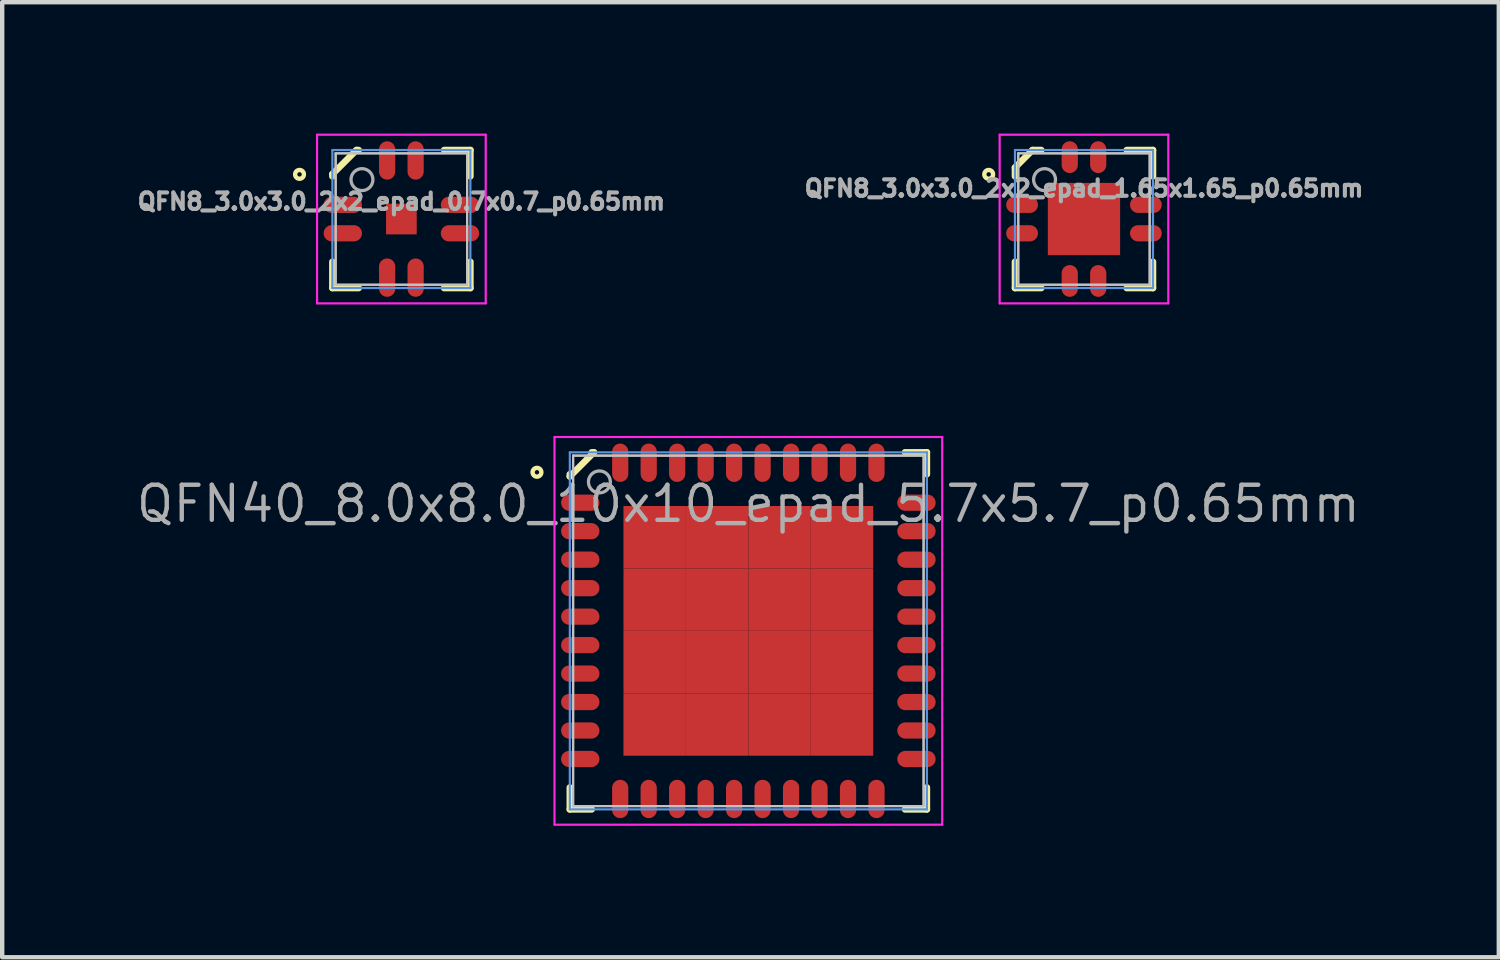
<source format=kicad_pcb>
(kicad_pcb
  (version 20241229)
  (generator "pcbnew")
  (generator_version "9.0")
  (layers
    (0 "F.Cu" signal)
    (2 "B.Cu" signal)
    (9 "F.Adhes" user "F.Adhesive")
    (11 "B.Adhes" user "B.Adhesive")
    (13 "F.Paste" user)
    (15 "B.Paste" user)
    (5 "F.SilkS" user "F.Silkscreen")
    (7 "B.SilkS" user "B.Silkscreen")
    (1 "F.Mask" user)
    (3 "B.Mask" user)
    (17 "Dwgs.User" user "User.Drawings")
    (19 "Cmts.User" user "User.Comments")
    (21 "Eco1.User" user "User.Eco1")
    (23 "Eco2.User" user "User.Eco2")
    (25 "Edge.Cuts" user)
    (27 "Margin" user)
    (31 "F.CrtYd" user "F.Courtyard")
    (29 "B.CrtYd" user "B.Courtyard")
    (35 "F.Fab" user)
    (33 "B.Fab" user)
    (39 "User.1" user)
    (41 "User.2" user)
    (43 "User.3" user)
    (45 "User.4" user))
  (footprint "QFN8_3.0x3.0_2x2_epad_0.7x0.7_p0.65mm"
    (layer "F.Cu")
    (at 6.112 1.95)
    (property "Reference" "QFN8_3.0x3.0_2x2_epad_0.7x0.7_p0.65mm" (at 0 -0.4 0) (layer "F.Fab") (effects (font (size 0.375 0.375) (thickness 0.1))))
    (attr through_hole)
    (fp_line (start -1.575 -1.025) (end -1.575 -0.975) (stroke (width 0.15) (type solid)) (layer "F.SilkS"))
    (fp_line (start -1.575 -1.025) (end -1.025 -1.575) (stroke (width 0.15) (type solid)) (layer "F.SilkS"))
    (fp_line (start -1.575 1.575) (end -1.575 0.975) (stroke (width 0.15) (type solid)) (layer "F.SilkS"))
    (fp_line (start -1.575 1.575) (end -0.975 1.575) (stroke (width 0.15) (type solid)) (layer "F.SilkS"))
    (fp_line (start -0.975 -1.575) (end -1.025 -1.575) (stroke (width 0.15) (type solid)) (layer "F.SilkS"))
    (fp_line (start 1.575 -1.575) (end 0.975 -1.575) (stroke (width 0.15) (type solid)) (layer "F.SilkS"))
    (fp_line (start 1.575 -1.575) (end 1.575 -0.975) (stroke (width 0.15) (type solid)) (layer "F.SilkS"))
    (fp_line (start 1.575 1.575) (end 0.975 1.575) (stroke (width 0.15) (type solid)) (layer "F.SilkS"))
    (fp_line (start 1.575 1.575) (end 1.575 0.975) (stroke (width 0.15) (type solid)) (layer "F.SilkS"))
    (fp_circle (center -2.325 -1.02) (end -2.254 -0.949) (stroke (width 0.1) (type solid)) (fill no) (layer "F.SilkS"))
    (fp_line (start -1.5 -1.5) (end -1.5 1.5) (stroke (width 0.05) (type solid)) (layer "Dwgs.User"))
    (fp_line (start -1.5 -1.5) (end 1.5 -1.5) (stroke (width 0.05) (type solid)) (layer "Dwgs.User"))
    (fp_line (start -1.5 1.5) (end 1.5 1.5) (stroke (width 0.05) (type solid)) (layer "Dwgs.User"))
    (fp_line (start 1.5 -1.5) (end 1.5 1.5) (stroke (width 0.05) (type solid)) (layer "Dwgs.User"))
    (fp_line (start -1.575 -1.575) (end -1.575 1.575) (stroke (width 0.05) (type solid)) (layer "Cmts.User"))
    (fp_line (start -1.575 -1.575) (end 1.575 -1.575) (stroke (width 0.05) (type solid)) (layer "Cmts.User"))
    (fp_line (start -1.575 1.575) (end 1.575 1.575) (stroke (width 0.05) (type solid)) (layer "Cmts.User"))
    (fp_line (start 1.575 -1.575) (end 1.575 1.575) (stroke (width 0.05) (type solid)) (layer "Cmts.User"))
    (fp_line (start -1.425 -1.425) (end -1.425 1.425) (stroke (width 0.05) (type solid)) (layer "Eco1.User"))
    (fp_line (start -1.425 -1.425) (end 1.425 -1.425) (stroke (width 0.05) (type solid)) (layer "Eco1.User"))
    (fp_line (start -1.425 1.425) (end 1.425 1.425) (stroke (width 0.05) (type solid)) (layer "Eco1.User"))
    (fp_line (start 1.425 -1.425) (end 1.425 1.425) (stroke (width 0.05) (type solid)) (layer "Eco1.User"))
    (fp_line (start -1.925 -1.925) (end -1.925 1.925) (stroke (width 0.05) (type solid)) (layer "F.CrtYd"))
    (fp_line (start -1.925 -1.925) (end 1.925 -1.925) (stroke (width 0.05) (type solid)) (layer "F.CrtYd"))
    (fp_line (start -1.925 1.925) (end 1.925 1.925) (stroke (width 0.05) (type solid)) (layer "F.CrtYd"))
    (fp_line (start 1.925 -1.925) (end 1.925 1.925) (stroke (width 0.05) (type solid)) (layer "F.CrtYd"))
    (fp_line (start -1.5 -1.5) (end -1.5 1.5) (stroke (width 0.05) (type solid)) (layer "F.Fab"))
    (fp_line (start -1.5 -1.5) (end 1.5 -1.5) (stroke (width 0.05) (type solid)) (layer "F.Fab"))
    (fp_line (start -1.5 1.5) (end 1.5 1.5) (stroke (width 0.05) (type solid)) (layer "F.Fab"))
    (fp_line (start 1.5 -1.5) (end 1.5 1.5) (stroke (width 0.05) (type solid)) (layer "F.Fab"))
    (fp_circle (center -0.9 -0.9) (end -0.723 -0.723) (stroke (width 0.075) (type solid)) (fill no) (layer "F.Fab"))
    (pad "1" smd oval (at -1.337 -0.325 180) (size 0.875 0.37) (layers "F.Cu" "F.Mask" "F.Paste"))
    (pad "2" smd oval (at -1.337 0.325 180) (size 0.875 0.37) (layers "F.Cu" "F.Mask" "F.Paste"))
    (pad "3" smd oval (at -0.325 1.337 270) (size 0.875 0.37) (layers "F.Cu" "F.Mask" "F.Paste"))
    (pad "4" smd oval (at 0.325 1.337 270) (size 0.875 0.37) (layers "F.Cu" "F.Mask" "F.Paste"))
    (pad "5" smd oval (at 1.337 0.325) (size 0.875 0.37) (layers "F.Cu" "F.Mask" "F.Paste"))
    (pad "6" smd oval (at 1.337 -0.325) (size 0.875 0.37) (layers "F.Cu" "F.Mask" "F.Paste"))
    (pad "7" smd oval (at 0.325 -1.337 90) (size 0.875 0.37) (layers "F.Cu" "F.Mask" "F.Paste"))
    (pad "8" smd oval (at -0.325 -1.337 90) (size 0.875 0.37) (layers "F.Cu" "F.Mask" "F.Paste"))
    (pad "9" smd rect (at 0 0) (size 0.7 0.7) (layers "F.Cu" "F.Mask" "F.Paste")))
  (footprint "QFN40_8.0x8.0_10x10_epad_5.7x5.7_p0.65mm"
    (layer "F.Cu")
    (at 14.032 11.35)
    (property "Reference" "QFN40_8.0x8.0_10x10_epad_5.7x5.7_p0.65mm" (at 0 -2.9 0) (layer "F.Fab") (effects (font (size 0.8 0.8) (thickness 0.1))))
    (attr through_hole)
    (fp_line (start -4.075 -3.525) (end -4.075 -3.575) (stroke (width 0.15) (type solid)) (layer "F.SilkS"))
    (fp_line (start -4.075 -3.525) (end -3.525 -4.075) (stroke (width 0.15) (type solid)) (layer "F.SilkS"))
    (fp_line (start -4.075 4.075) (end -4.075 3.575) (stroke (width 0.15) (type solid)) (layer "F.SilkS"))
    (fp_line (start -4.075 4.075) (end -3.575 4.075) (stroke (width 0.15) (type solid)) (layer "F.SilkS"))
    (fp_line (start -3.575 -4.075) (end -3.525 -4.075) (stroke (width 0.15) (type solid)) (layer "F.SilkS"))
    (fp_line (start 4.075 -4.075) (end 3.575 -4.075) (stroke (width 0.15) (type solid)) (layer "F.SilkS"))
    (fp_line (start 4.075 -4.075) (end 4.075 -3.575) (stroke (width 0.15) (type solid)) (layer "F.SilkS"))
    (fp_line (start 4.075 4.075) (end 3.575 4.075) (stroke (width 0.15) (type solid)) (layer "F.SilkS"))
    (fp_line (start 4.075 4.075) (end 4.075 3.575) (stroke (width 0.15) (type solid)) (layer "F.SilkS"))
    (fp_circle (center -4.825 -3.62) (end -4.754 -3.549) (stroke (width 0.1) (type solid)) (fill no) (layer "F.SilkS"))
    (fp_line (start -4 -4) (end -4 4) (stroke (width 0.05) (type solid)) (layer "Dwgs.User"))
    (fp_line (start -4 -4) (end 4 -4) (stroke (width 0.05) (type solid)) (layer "Dwgs.User"))
    (fp_line (start -4 4) (end 4 4) (stroke (width 0.05) (type solid)) (layer "Dwgs.User"))
    (fp_line (start 4 -4) (end 4 4) (stroke (width 0.05) (type solid)) (layer "Dwgs.User"))
    (fp_line (start -4.075 -4.075) (end -4.075 4.075) (stroke (width 0.05) (type solid)) (layer "Cmts.User"))
    (fp_line (start -4.075 -4.075) (end 4.075 -4.075) (stroke (width 0.05) (type solid)) (layer "Cmts.User"))
    (fp_line (start -4.075 4.075) (end 4.075 4.075) (stroke (width 0.05) (type solid)) (layer "Cmts.User"))
    (fp_line (start 4.075 -4.075) (end 4.075 4.075) (stroke (width 0.05) (type solid)) (layer "Cmts.User"))
    (fp_line (start -3.925 -3.925) (end -3.925 3.925) (stroke (width 0.05) (type solid)) (layer "Eco1.User"))
    (fp_line (start -3.925 -3.925) (end 3.925 -3.925) (stroke (width 0.05) (type solid)) (layer "Eco1.User"))
    (fp_line (start -3.925 3.925) (end 3.925 3.925) (stroke (width 0.05) (type solid)) (layer "Eco1.User"))
    (fp_line (start 3.925 -3.925) (end 3.925 3.925) (stroke (width 0.05) (type solid)) (layer "Eco1.User"))
    (fp_line (start -4.425 -4.425) (end -4.425 4.425) (stroke (width 0.05) (type solid)) (layer "F.CrtYd"))
    (fp_line (start -4.425 -4.425) (end 4.425 -4.425) (stroke (width 0.05) (type solid)) (layer "F.CrtYd"))
    (fp_line (start -4.425 4.425) (end 4.425 4.425) (stroke (width 0.05) (type solid)) (layer "F.CrtYd"))
    (fp_line (start 4.425 -4.425) (end 4.425 4.425) (stroke (width 0.05) (type solid)) (layer "F.CrtYd"))
    (fp_line (start -4 -4) (end -4 4) (stroke (width 0.05) (type solid)) (layer "F.Fab"))
    (fp_line (start -4 -4) (end 4 -4) (stroke (width 0.05) (type solid)) (layer "F.Fab"))
    (fp_line (start -4 4) (end 4 4) (stroke (width 0.05) (type solid)) (layer "F.Fab"))
    (fp_line (start 4 -4) (end 4 4) (stroke (width 0.05) (type solid)) (layer "F.Fab"))
    (fp_circle (center -3.4 -3.4) (end -3.223 -3.223) (stroke (width 0.075) (type solid)) (fill no) (layer "F.Fab"))
    (pad "1" smd oval (at -3.837 -2.925 180) (size 0.875 0.37) (layers "F.Cu" "F.Mask" "F.Paste"))
    (pad "2" smd oval (at -3.837 -2.275 180) (size 0.875 0.37) (layers "F.Cu" "F.Mask" "F.Paste"))
    (pad "3" smd oval (at -3.837 -1.625 180) (size 0.875 0.37) (layers "F.Cu" "F.Mask" "F.Paste"))
    (pad "4" smd oval (at -3.837 -0.975 180) (size 0.875 0.37) (layers "F.Cu" "F.Mask" "F.Paste"))
    (pad "5" smd oval (at -3.837 -0.325 180) (size 0.875 0.37) (layers "F.Cu" "F.Mask" "F.Paste"))
    (pad "6" smd oval (at -3.837 0.325 180) (size 0.875 0.37) (layers "F.Cu" "F.Mask" "F.Paste"))
    (pad "7" smd oval (at -3.837 0.975 180) (size 0.875 0.37) (layers "F.Cu" "F.Mask" "F.Paste"))
    (pad "8" smd oval (at -3.837 1.625 180) (size 0.875 0.37) (layers "F.Cu" "F.Mask" "F.Paste"))
    (pad "9" smd oval (at -3.837 2.275 180) (size 0.875 0.37) (layers "F.Cu" "F.Mask" "F.Paste"))
    (pad "10" smd oval (at -3.837 2.925 180) (size 0.875 0.37) (layers "F.Cu" "F.Mask" "F.Paste"))
    (pad "11" smd oval (at -2.925 3.837 270) (size 0.875 0.37) (layers "F.Cu" "F.Mask" "F.Paste"))
    (pad "12" smd oval (at -2.275 3.837 270) (size 0.875 0.37) (layers "F.Cu" "F.Mask" "F.Paste"))
    (pad "13" smd oval (at -1.625 3.837 270) (size 0.875 0.37) (layers "F.Cu" "F.Mask" "F.Paste"))
    (pad "14" smd oval (at -0.975 3.837 270) (size 0.875 0.37) (layers "F.Cu" "F.Mask" "F.Paste"))
    (pad "15" smd oval (at -0.325 3.837 270) (size 0.875 0.37) (layers "F.Cu" "F.Mask" "F.Paste"))
    (pad "16" smd oval (at 0.325 3.837 270) (size 0.875 0.37) (layers "F.Cu" "F.Mask" "F.Paste"))
    (pad "17" smd oval (at 0.975 3.837 270) (size 0.875 0.37) (layers "F.Cu" "F.Mask" "F.Paste"))
    (pad "18" smd oval (at 1.625 3.837 270) (size 0.875 0.37) (layers "F.Cu" "F.Mask" "F.Paste"))
    (pad "19" smd oval (at 2.275 3.837 270) (size 0.875 0.37) (layers "F.Cu" "F.Mask" "F.Paste"))
    (pad "20" smd oval (at 2.925 3.837 270) (size 0.875 0.37) (layers "F.Cu" "F.Mask" "F.Paste"))
    (pad "21" smd oval (at 3.837 2.925) (size 0.875 0.37) (layers "F.Cu" "F.Mask" "F.Paste"))
    (pad "22" smd oval (at 3.837 2.275) (size 0.875 0.37) (layers "F.Cu" "F.Mask" "F.Paste"))
    (pad "23" smd oval (at 3.837 1.625) (size 0.875 0.37) (layers "F.Cu" "F.Mask" "F.Paste"))
    (pad "24" smd oval (at 3.837 0.975) (size 0.875 0.37) (layers "F.Cu" "F.Mask" "F.Paste"))
    (pad "25" smd oval (at 3.837 0.325) (size 0.875 0.37) (layers "F.Cu" "F.Mask" "F.Paste"))
    (pad "26" smd oval (at 3.837 -0.325) (size 0.875 0.37) (layers "F.Cu" "F.Mask" "F.Paste"))
    (pad "27" smd oval (at 3.837 -0.975) (size 0.875 0.37) (layers "F.Cu" "F.Mask" "F.Paste"))
    (pad "28" smd oval (at 3.837 -1.625) (size 0.875 0.37) (layers "F.Cu" "F.Mask" "F.Paste"))
    (pad "29" smd oval (at 3.837 -2.275) (size 0.875 0.37) (layers "F.Cu" "F.Mask" "F.Paste"))
    (pad "30" smd oval (at 3.837 -2.925) (size 0.875 0.37) (layers "F.Cu" "F.Mask" "F.Paste"))
    (pad "31" smd oval (at 2.925 -3.837 90) (size 0.875 0.37) (layers "F.Cu" "F.Mask" "F.Paste"))
    (pad "32" smd oval (at 2.275 -3.837 90) (size 0.875 0.37) (layers "F.Cu" "F.Mask" "F.Paste"))
    (pad "33" smd oval (at 1.625 -3.837 90) (size 0.875 0.37) (layers "F.Cu" "F.Mask" "F.Paste"))
    (pad "34" smd oval (at 0.975 -3.837 90) (size 0.875 0.37) (layers "F.Cu" "F.Mask" "F.Paste"))
    (pad "35" smd oval (at 0.325 -3.837 90) (size 0.875 0.37) (layers "F.Cu" "F.Mask" "F.Paste"))
    (pad "36" smd oval (at -0.325 -3.837 90) (size 0.875 0.37) (layers "F.Cu" "F.Mask" "F.Paste"))
    (pad "37" smd oval (at -0.975 -3.837 90) (size 0.875 0.37) (layers "F.Cu" "F.Mask" "F.Paste"))
    (pad "38" smd oval (at -1.625 -3.837 90) (size 0.875 0.37) (layers "F.Cu" "F.Mask" "F.Paste"))
    (pad "39" smd oval (at -2.275 -3.837 90) (size 0.875 0.37) (layers "F.Cu" "F.Mask" "F.Paste"))
    (pad "40" smd oval (at -2.925 -3.837 90) (size 0.875 0.37) (layers "F.Cu" "F.Mask" "F.Paste"))
    (pad "41" smd rect (at -2.138 -2.138) (size 1.425 1.425) (layers "F.Cu" "F.Mask" "F.Paste"))
    (pad "41" smd rect (at -2.138 -0.713) (size 1.425 1.425) (layers "F.Cu" "F.Mask" "F.Paste"))
    (pad "41" smd rect (at -2.138 0.713) (size 1.425 1.425) (layers "F.Cu" "F.Mask" "F.Paste"))
    (pad "41" smd rect (at -2.138 2.138) (size 1.425 1.425) (layers "F.Cu" "F.Mask" "F.Paste"))
    (pad "41" smd rect (at -0.713 -2.138) (size 1.425 1.425) (layers "F.Cu" "F.Mask" "F.Paste"))
    (pad "41" smd rect (at -0.713 -0.713) (size 1.425 1.425) (layers "F.Cu" "F.Mask" "F.Paste"))
    (pad "41" smd rect (at -0.713 0.713) (size 1.425 1.425) (layers "F.Cu" "F.Mask" "F.Paste"))
    (pad "41" smd rect (at -0.713 2.138) (size 1.425 1.425) (layers "F.Cu" "F.Mask" "F.Paste"))
    (pad "41" smd rect (at 0.713 -2.138) (size 1.425 1.425) (layers "F.Cu" "F.Mask" "F.Paste"))
    (pad "41" smd rect (at 0.713 -0.713) (size 1.425 1.425) (layers "F.Cu" "F.Mask" "F.Paste"))
    (pad "41" smd rect (at 0.713 0.713) (size 1.425 1.425) (layers "F.Cu" "F.Mask" "F.Paste"))
    (pad "41" smd rect (at 0.713 2.138) (size 1.425 1.425) (layers "F.Cu" "F.Mask" "F.Paste"))
    (pad "41" smd rect (at 2.138 -2.138) (size 1.425 1.425) (layers "F.Cu" "F.Mask" "F.Paste"))
    (pad "41" smd rect (at 2.138 -0.713) (size 1.425 1.425) (layers "F.Cu" "F.Mask" "F.Paste"))
    (pad "41" smd rect (at 2.138 0.713) (size 1.425 1.425) (layers "F.Cu" "F.Mask" "F.Paste"))
    (pad "41" smd rect (at 2.138 2.138) (size 1.425 1.425) (layers "F.Cu" "F.Mask" "F.Paste")))
  (footprint "QFN8_3.0x3.0_2x2_epad_1.65x1.65_p0.65mm"
    (layer "F.Cu")
    (at 21.693 1.95)
    (property "Reference" "QFN8_3.0x3.0_2x2_epad_1.65x1.65_p0.65mm" (at 0 -0.7 0) (layer "F.Fab") (effects (font (size 0.375 0.375) (thickness 0.1))))
    (attr through_hole)
    (fp_line (start -1.575 -1.175) (end -1.575 -0.975) (stroke (width 0.15) (type solid)) (layer "F.SilkS"))
    (fp_line (start -1.575 -1.175) (end -1.175 -1.575) (stroke (width 0.15) (type solid)) (layer "F.SilkS"))
    (fp_line (start -1.575 1.575) (end -1.575 0.975) (stroke (width 0.15) (type solid)) (layer "F.SilkS"))
    (fp_line (start -1.575 1.575) (end -0.975 1.575) (stroke (width 0.15) (type solid)) (layer "F.SilkS"))
    (fp_line (start -0.975 -1.575) (end -1.175 -1.575) (stroke (width 0.15) (type solid)) (layer "F.SilkS"))
    (fp_line (start 1.575 -1.575) (end 0.975 -1.575) (stroke (width 0.15) (type solid)) (layer "F.SilkS"))
    (fp_line (start 1.575 -1.575) (end 1.575 -0.975) (stroke (width 0.15) (type solid)) (layer "F.SilkS"))
    (fp_line (start 1.575 1.575) (end 0.975 1.575) (stroke (width 0.15) (type solid)) (layer "F.SilkS"))
    (fp_line (start 1.575 1.575) (end 1.575 0.975) (stroke (width 0.15) (type solid)) (layer "F.SilkS"))
    (fp_circle (center -2.175 -1.02) (end -2.104 -0.949) (stroke (width 0.1) (type solid)) (fill no) (layer "F.SilkS"))
    (fp_line (start -1.5 -1.5) (end -1.5 1.5) (stroke (width 0.05) (type solid)) (layer "Dwgs.User"))
    (fp_line (start -1.5 -1.5) (end 1.5 -1.5) (stroke (width 0.05) (type solid)) (layer "Dwgs.User"))
    (fp_line (start -1.5 1.5) (end 1.5 1.5) (stroke (width 0.05) (type solid)) (layer "Dwgs.User"))
    (fp_line (start 1.5 -1.5) (end 1.5 1.5) (stroke (width 0.05) (type solid)) (layer "Dwgs.User"))
    (fp_line (start -1.575 -1.575) (end -1.575 1.575) (stroke (width 0.05) (type solid)) (layer "Cmts.User"))
    (fp_line (start -1.575 -1.575) (end 1.575 -1.575) (stroke (width 0.05) (type solid)) (layer "Cmts.User"))
    (fp_line (start -1.575 1.575) (end 1.575 1.575) (stroke (width 0.05) (type solid)) (layer "Cmts.User"))
    (fp_line (start 1.575 -1.575) (end 1.575 1.575) (stroke (width 0.05) (type solid)) (layer "Cmts.User"))
    (fp_line (start -1.425 -1.425) (end -1.425 1.425) (stroke (width 0.05) (type solid)) (layer "Eco1.User"))
    (fp_line (start -1.425 -1.425) (end 1.425 -1.425) (stroke (width 0.05) (type solid)) (layer "Eco1.User"))
    (fp_line (start -1.425 1.425) (end 1.425 1.425) (stroke (width 0.05) (type solid)) (layer "Eco1.User"))
    (fp_line (start 1.425 -1.425) (end 1.425 1.425) (stroke (width 0.05) (type solid)) (layer "Eco1.User"))
    (fp_line (start -1.925 -1.925) (end -1.925 1.925) (stroke (width 0.05) (type solid)) (layer "F.CrtYd"))
    (fp_line (start -1.925 -1.925) (end 1.925 -1.925) (stroke (width 0.05) (type solid)) (layer "F.CrtYd"))
    (fp_line (start -1.925 1.925) (end 1.925 1.925) (stroke (width 0.05) (type solid)) (layer "F.CrtYd"))
    (fp_line (start 1.925 -1.925) (end 1.925 1.925) (stroke (width 0.05) (type solid)) (layer "F.CrtYd"))
    (fp_line (start -1.5 -1.5) (end -1.5 1.5) (stroke (width 0.05) (type solid)) (layer "F.Fab"))
    (fp_line (start -1.5 -1.5) (end 1.5 -1.5) (stroke (width 0.05) (type solid)) (layer "F.Fab"))
    (fp_line (start -1.5 1.5) (end 1.5 1.5) (stroke (width 0.05) (type solid)) (layer "F.Fab"))
    (fp_line (start 1.5 -1.5) (end 1.5 1.5) (stroke (width 0.05) (type solid)) (layer "F.Fab"))
    (fp_circle (center -0.9 -0.9) (end -0.723 -0.723) (stroke (width 0.075) (type solid)) (fill no) (layer "F.Fab"))
    (pad "1" smd oval (at -1.413 -0.325 180) (size 0.725 0.37) (layers "F.Cu" "F.Mask" "F.Paste"))
    (pad "2" smd oval (at -1.413 0.325 180) (size 0.725 0.37) (layers "F.Cu" "F.Mask" "F.Paste"))
    (pad "3" smd oval (at -0.325 1.413 270) (size 0.725 0.37) (layers "F.Cu" "F.Mask" "F.Paste"))
    (pad "4" smd oval (at 0.325 1.413 270) (size 0.725 0.37) (layers "F.Cu" "F.Mask" "F.Paste"))
    (pad "5" smd oval (at 1.413 0.325) (size 0.725 0.37) (layers "F.Cu" "F.Mask" "F.Paste"))
    (pad "6" smd oval (at 1.413 -0.325) (size 0.725 0.37) (layers "F.Cu" "F.Mask" "F.Paste"))
    (pad "7" smd oval (at 0.325 -1.413 90) (size 0.725 0.37) (layers "F.Cu" "F.Mask" "F.Paste"))
    (pad "8" smd oval (at -0.325 -1.413 90) (size 0.725 0.37) (layers "F.Cu" "F.Mask" "F.Paste"))
    (pad "9" smd rect (at 0 0) (size 1.65 1.65) (layers "F.Cu" "F.Mask" "F.Paste")))
  (gr_rect
    (start -3 -3)
    (end 31.162 18.8)
    (stroke (width 0.1) (type default))
    (fill no)
    (layer "Edge.Cuts")))
</source>
